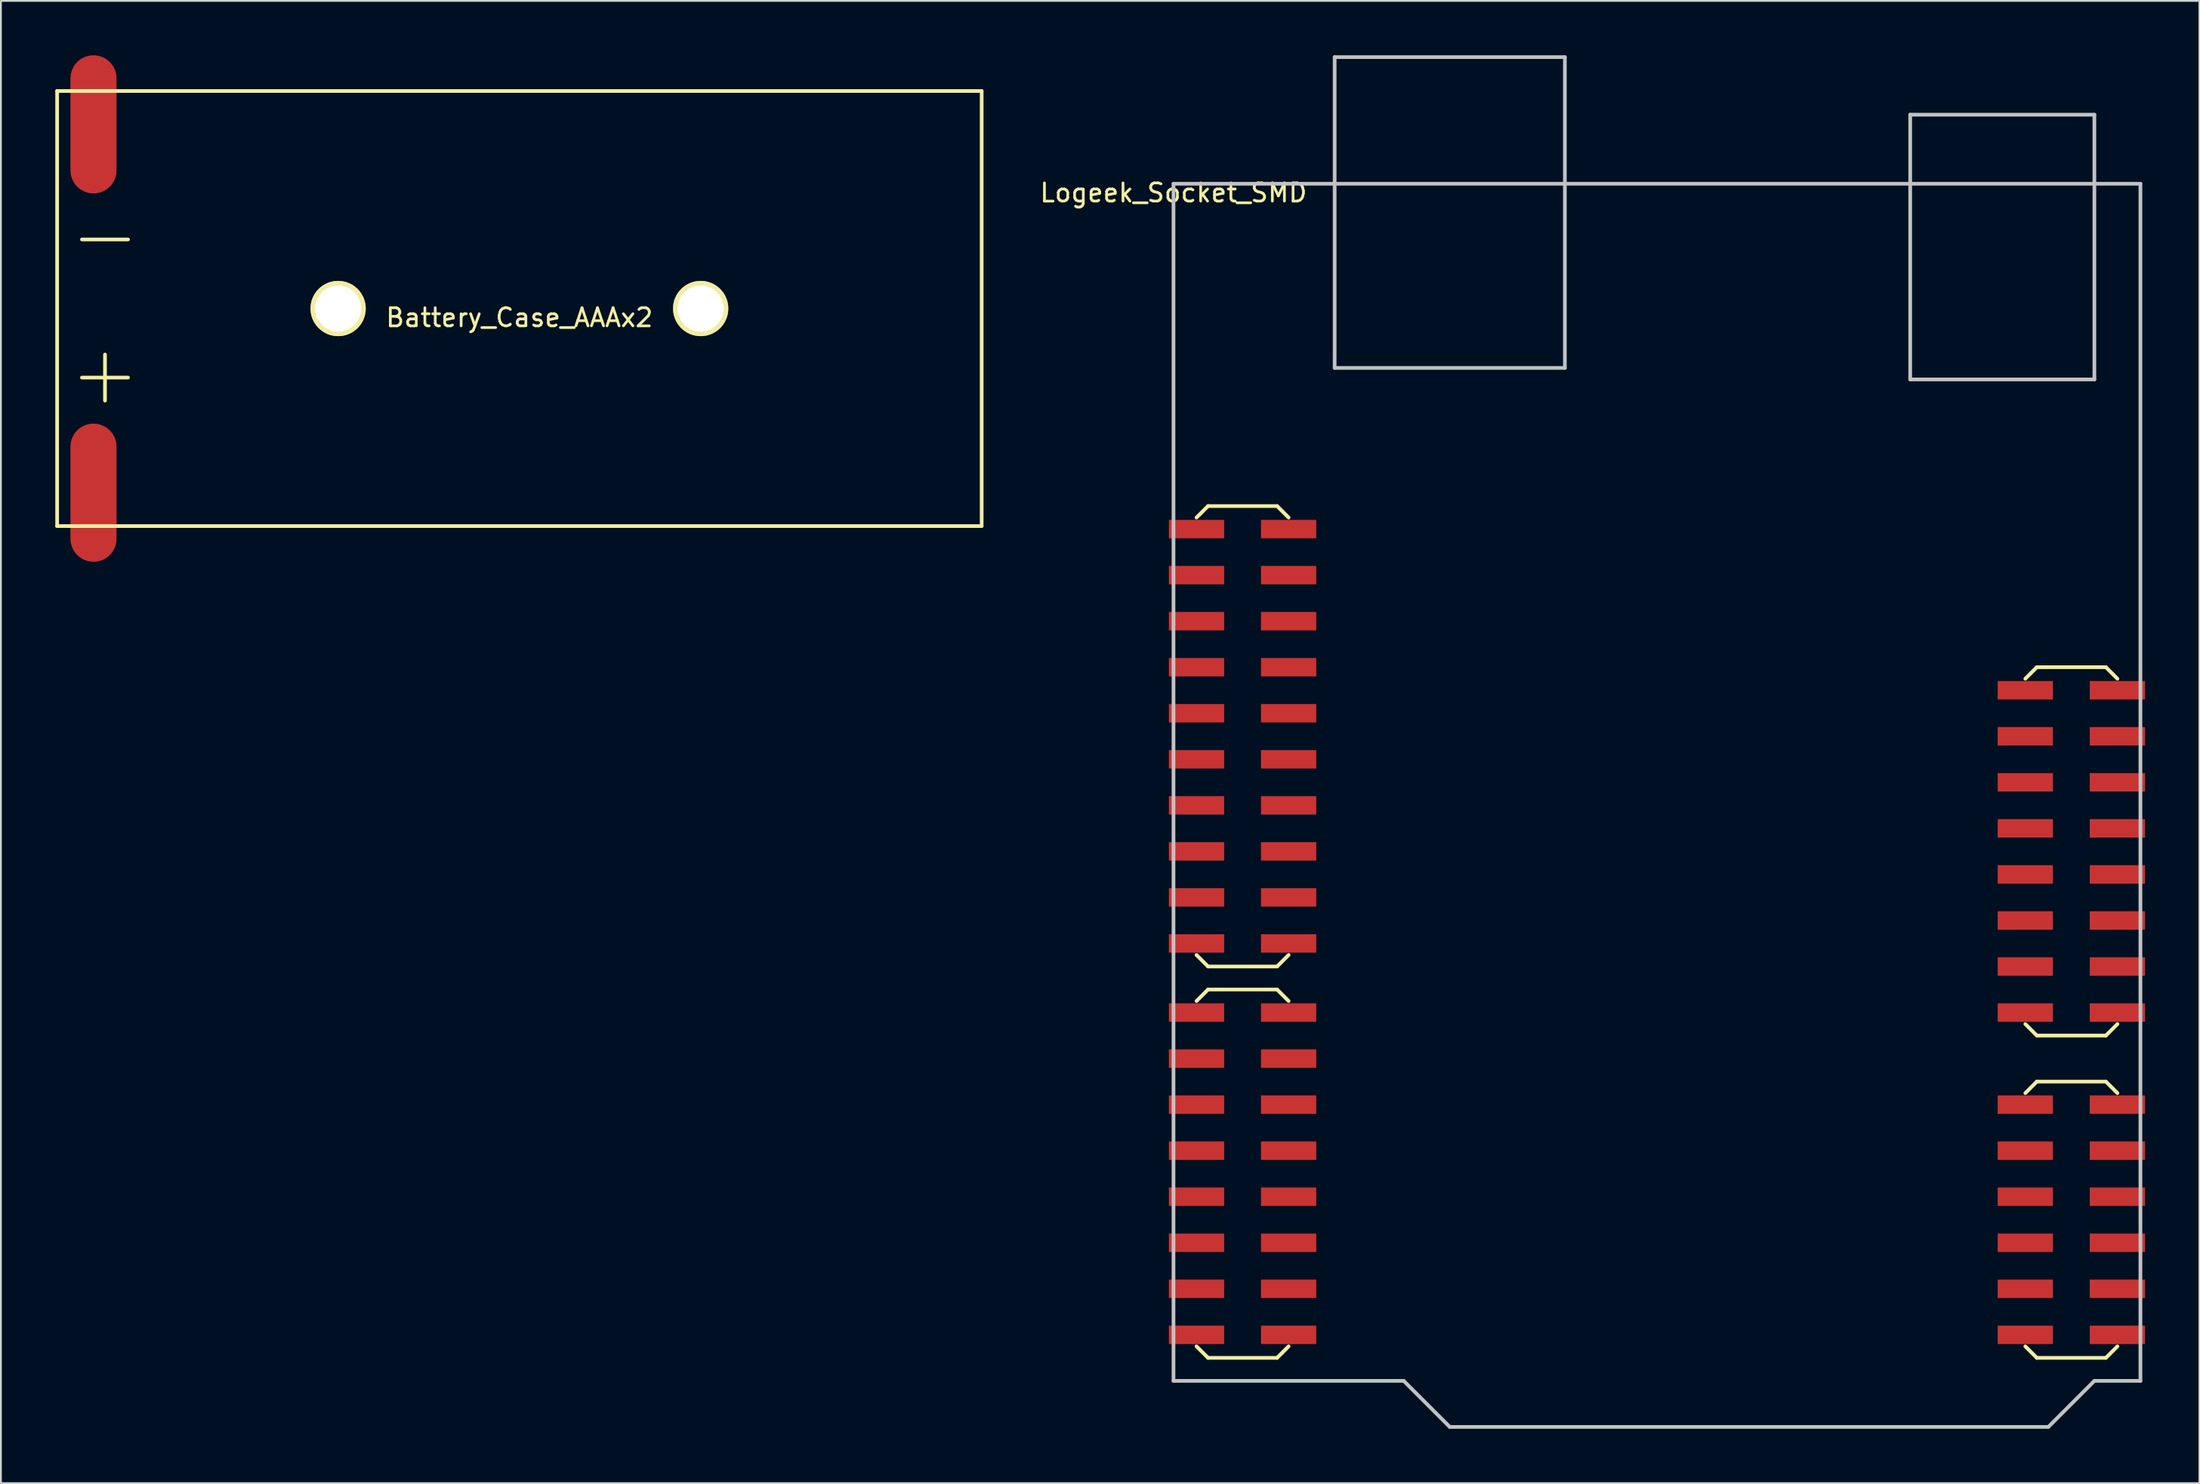
<source format=kicad_pcb>
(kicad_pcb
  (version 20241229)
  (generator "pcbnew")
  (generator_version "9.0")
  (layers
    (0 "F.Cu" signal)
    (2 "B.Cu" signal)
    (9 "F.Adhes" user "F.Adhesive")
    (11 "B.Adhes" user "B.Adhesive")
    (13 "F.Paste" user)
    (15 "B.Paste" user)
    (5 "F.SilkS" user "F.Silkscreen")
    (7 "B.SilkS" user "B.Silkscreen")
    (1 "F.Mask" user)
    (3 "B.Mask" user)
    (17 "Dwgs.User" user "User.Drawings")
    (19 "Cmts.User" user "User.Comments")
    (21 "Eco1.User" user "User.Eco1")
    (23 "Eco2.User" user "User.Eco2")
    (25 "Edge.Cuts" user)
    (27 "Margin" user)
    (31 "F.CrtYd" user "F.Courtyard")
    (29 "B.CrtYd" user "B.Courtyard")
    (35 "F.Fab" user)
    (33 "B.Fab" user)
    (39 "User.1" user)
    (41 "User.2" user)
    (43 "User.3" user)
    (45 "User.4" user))
  (footprint "Logeek_Socket_SMD"
    (layer "F.Cu")
    (at 61.685 7.087)
    (property "Reference" "Logeek_Socket_SMD" (at 0 0.5 0) (layer "F.SilkS") (effects (font (size 1 1) (thickness 0.15))))
    (attr through_hole)
    (fp_line (start 1.27 18.415) (end 1.905 17.78) (stroke (width 0.203) (type solid)) (layer "F.SilkS"))
    (fp_line (start 1.27 42.545) (end 1.905 43.18) (stroke (width 0.203) (type solid)) (layer "F.SilkS"))
    (fp_line (start 1.27 45.085) (end 1.905 44.45) (stroke (width 0.203) (type solid)) (layer "F.SilkS"))
    (fp_line (start 1.27 64.135) (end 1.905 64.77) (stroke (width 0.203) (type solid)) (layer "F.SilkS"))
    (fp_line (start 1.905 17.78) (end 5.715 17.78) (stroke (width 0.203) (type solid)) (layer "F.SilkS"))
    (fp_line (start 1.905 43.18) (end 5.715 43.18) (stroke (width 0.203) (type solid)) (layer "F.SilkS"))
    (fp_line (start 1.905 44.45) (end 5.715 44.45) (stroke (width 0.203) (type solid)) (layer "F.SilkS"))
    (fp_line (start 1.905 64.77) (end 5.715 64.77) (stroke (width 0.203) (type solid)) (layer "F.SilkS"))
    (fp_line (start 5.715 17.78) (end 6.35 18.415) (stroke (width 0.203) (type solid)) (layer "F.SilkS"))
    (fp_line (start 5.715 43.18) (end 6.35 42.545) (stroke (width 0.203) (type solid)) (layer "F.SilkS"))
    (fp_line (start 5.715 44.45) (end 6.35 45.085) (stroke (width 0.203) (type solid)) (layer "F.SilkS"))
    (fp_line (start 5.715 64.77) (end 6.35 64.135) (stroke (width 0.203) (type solid)) (layer "F.SilkS"))
    (fp_line (start 46.99 27.305) (end 47.625 26.67) (stroke (width 0.203) (type solid)) (layer "F.SilkS"))
    (fp_line (start 46.99 50.165) (end 47.625 49.53) (stroke (width 0.203) (type solid)) (layer "F.SilkS"))
    (fp_line (start 46.99 64.135) (end 47.625 64.77) (stroke (width 0.203) (type solid)) (layer "F.SilkS"))
    (fp_line (start 47.625 26.67) (end 51.435 26.67) (stroke (width 0.203) (type solid)) (layer "F.SilkS"))
    (fp_line (start 47.625 46.99) (end 46.99 46.355) (stroke (width 0.203) (type solid)) (layer "F.SilkS"))
    (fp_line (start 47.625 49.53) (end 51.435 49.53) (stroke (width 0.203) (type solid)) (layer "F.SilkS"))
    (fp_line (start 47.625 64.77) (end 51.435 64.77) (stroke (width 0.203) (type solid)) (layer "F.SilkS"))
    (fp_line (start 51.435 26.67) (end 52.07 27.305) (stroke (width 0.203) (type solid)) (layer "F.SilkS"))
    (fp_line (start 51.435 46.99) (end 47.625 46.99) (stroke (width 0.203) (type solid)) (layer "F.SilkS"))
    (fp_line (start 51.435 49.53) (end 52.07 50.165) (stroke (width 0.203) (type solid)) (layer "F.SilkS"))
    (fp_line (start 51.435 64.77) (end 52.07 64.135) (stroke (width 0.203) (type solid)) (layer "F.SilkS"))
    (fp_line (start 52.07 46.355) (end 51.435 46.99) (stroke (width 0.203) (type solid)) (layer "F.SilkS"))
    (fp_line (start 0 0) (end 0 66.04) (stroke (width 0.203) (type solid)) (layer "Dwgs.User"))
    (fp_line (start 0 0) (end 53.34 0) (stroke (width 0.203) (type solid)) (layer "Dwgs.User"))
    (fp_line (start 0 66.04) (end 12.7 66.04) (stroke (width 0.203) (type solid)) (layer "Dwgs.User"))
    (fp_line (start 8.89 -6.985) (end 21.59 -6.985) (stroke (width 0.203) (type solid)) (layer "Dwgs.User"))
    (fp_line (start 8.89 10.16) (end 8.89 -6.985) (stroke (width 0.203) (type solid)) (layer "Dwgs.User"))
    (fp_line (start 12.7 66.04) (end 15.24 68.58) (stroke (width 0.203) (type solid)) (layer "Dwgs.User"))
    (fp_line (start 15.24 68.58) (end 48.26 68.58) (stroke (width 0.203) (type solid)) (layer "Dwgs.User"))
    (fp_line (start 21.59 -6.985) (end 21.59 10.16) (stroke (width 0.203) (type solid)) (layer "Dwgs.User"))
    (fp_line (start 21.59 10.16) (end 8.89 10.16) (stroke (width 0.203) (type solid)) (layer "Dwgs.User"))
    (fp_line (start 40.64 -3.81) (end 40.64 10.795) (stroke (width 0.203) (type solid)) (layer "Dwgs.User"))
    (fp_line (start 40.64 10.795) (end 50.8 10.795) (stroke (width 0.203) (type solid)) (layer "Dwgs.User"))
    (fp_line (start 50.8 -3.81) (end 40.64 -3.81) (stroke (width 0.203) (type solid)) (layer "Dwgs.User"))
    (fp_line (start 50.8 10.795) (end 50.8 -3.81) (stroke (width 0.203) (type solid)) (layer "Dwgs.User"))
    (fp_line (start 50.8 66.04) (end 48.26 68.58) (stroke (width 0.203) (type solid)) (layer "Dwgs.User"))
    (fp_line (start 53.34 66.04) (end 50.8 66.04) (stroke (width 0.203) (type solid)) (layer "Dwgs.User"))
    (fp_line (start 53.34 66.04) (end 53.34 0) (stroke (width 0.203) (type solid)) (layer "Dwgs.User"))
    (pad "A1" smd rect (at 52.07 63.5) (size 3.048 1.016) (layers "F.Cu" "F.Mask" "F.Paste"))
    (pad "A2" smd rect (at 52.07 60.96) (size 3.048 1.016) (layers "F.Cu" "F.Mask" "F.Paste"))
    (pad "A3" smd rect (at 52.07 58.42) (size 3.048 1.016) (layers "F.Cu" "F.Mask" "F.Paste"))
    (pad "A4" smd rect (at 52.07 55.88) (size 3.048 1.016) (layers "F.Cu" "F.Mask" "F.Paste"))
    (pad "A5" smd rect (at 52.07 53.34) (size 3.048 1.016) (layers "F.Cu" "F.Mask" "F.Paste"))
    (pad "A6" smd rect (at 52.07 50.8) (size 3.048 1.016) (layers "F.Cu" "F.Mask" "F.Paste"))
    (pad "A7" smd rect (at 52.07 45.72) (size 3.048 1.016) (layers "F.Cu" "F.Mask" "F.Paste"))
    (pad "A8" smd rect (at 52.07 43.18) (size 3.048 1.016) (layers "F.Cu" "F.Mask" "F.Paste"))
    (pad "A9" smd rect (at 52.07 40.64) (size 3.048 1.016) (layers "F.Cu" "F.Mask" "F.Paste"))
    (pad "A10" smd rect (at 52.07 38.1) (size 3.048 1.016) (layers "F.Cu" "F.Mask" "F.Paste"))
    (pad "A11" smd rect (at 52.07 35.56) (size 3.048 1.016) (layers "F.Cu" "F.Mask" "F.Paste"))
    (pad "A12" smd rect (at 52.07 33.02) (size 3.048 1.016) (layers "F.Cu" "F.Mask" "F.Paste"))
    (pad "A13" smd rect (at 52.07 30.48) (size 3.048 1.016) (layers "F.Cu" "F.Mask" "F.Paste"))
    (pad "A14" smd rect (at 52.07 27.94) (size 3.048 1.016) (layers "F.Cu" "F.Mask" "F.Paste"))
    (pad "B1" smd rect (at 46.99 63.5) (size 3.048 1.016) (layers "F.Cu" "F.Mask" "F.Paste"))
    (pad "B2" smd rect (at 46.99 60.96) (size 3.048 1.016) (layers "F.Cu" "F.Mask" "F.Paste"))
    (pad "B3" smd rect (at 46.99 58.42) (size 3.048 1.016) (layers "F.Cu" "F.Mask" "F.Paste"))
    (pad "B4" smd rect (at 46.99 55.88) (size 3.048 1.016) (layers "F.Cu" "F.Mask" "F.Paste"))
    (pad "B5" smd rect (at 46.99 53.34) (size 3.048 1.016) (layers "F.Cu" "F.Mask" "F.Paste"))
    (pad "B6" smd rect (at 46.99 50.8) (size 3.048 1.016) (layers "F.Cu" "F.Mask" "F.Paste"))
    (pad "B7" smd rect (at 46.99 45.72) (size 3.048 1.016) (layers "F.Cu" "F.Mask" "F.Paste"))
    (pad "B8" smd rect (at 46.99 43.18) (size 3.048 1.016) (layers "F.Cu" "F.Mask" "F.Paste"))
    (pad "B9" smd rect (at 46.99 40.64) (size 3.048 1.016) (layers "F.Cu" "F.Mask" "F.Paste"))
    (pad "B10" smd rect (at 46.99 38.1) (size 3.048 1.016) (layers "F.Cu" "F.Mask" "F.Paste"))
    (pad "B11" smd rect (at 46.99 35.56) (size 3.048 1.016) (layers "F.Cu" "F.Mask" "F.Paste"))
    (pad "B12" smd rect (at 46.99 33.02) (size 3.048 1.016) (layers "F.Cu" "F.Mask" "F.Paste"))
    (pad "B13" smd rect (at 46.99 30.48) (size 3.048 1.016) (layers "F.Cu" "F.Mask" "F.Paste"))
    (pad "B14" smd rect (at 46.99 27.94) (size 3.048 1.016) (layers "F.Cu" "F.Mask" "F.Paste"))
    (pad "C1" smd rect (at 6.35 63.5) (size 3.048 1.016) (layers "F.Cu" "F.Mask" "F.Paste"))
    (pad "C2" smd rect (at 6.35 60.96) (size 3.048 1.016) (layers "F.Cu" "F.Mask" "F.Paste"))
    (pad "C3" smd rect (at 6.35 58.42) (size 3.048 1.016) (layers "F.Cu" "F.Mask" "F.Paste"))
    (pad "C4" smd rect (at 6.35 55.88) (size 3.048 1.016) (layers "F.Cu" "F.Mask" "F.Paste"))
    (pad "C5" smd rect (at 6.35 53.34) (size 3.048 1.016) (layers "F.Cu" "F.Mask" "F.Paste"))
    (pad "C6" smd rect (at 6.35 50.8) (size 3.048 1.016) (layers "F.Cu" "F.Mask" "F.Paste"))
    (pad "C7" smd rect (at 6.35 48.26) (size 3.048 1.016) (layers "F.Cu" "F.Mask" "F.Paste"))
    (pad "C8" smd rect (at 6.35 45.72) (size 3.048 1.016) (layers "F.Cu" "F.Mask" "F.Paste"))
    (pad "C9" smd rect (at 6.35 41.91) (size 3.048 1.016) (layers "F.Cu" "F.Mask" "F.Paste"))
    (pad "C10" smd rect (at 6.35 39.37) (size 3.048 1.016) (layers "F.Cu" "F.Mask" "F.Paste"))
    (pad "C11" smd rect (at 6.35 36.83) (size 3.048 1.016) (layers "F.Cu" "F.Mask" "F.Paste"))
    (pad "C12" smd rect (at 6.35 34.29) (size 3.048 1.016) (layers "F.Cu" "F.Mask" "F.Paste"))
    (pad "C13" smd rect (at 6.35 31.75) (size 3.048 1.016) (layers "F.Cu" "F.Mask" "F.Paste"))
    (pad "C14" smd rect (at 6.35 29.21) (size 3.048 1.016) (layers "F.Cu" "F.Mask" "F.Paste"))
    (pad "C15" smd rect (at 6.35 26.67) (size 3.048 1.016) (layers "F.Cu" "F.Mask" "F.Paste"))
    (pad "C16" smd rect (at 6.35 24.13) (size 3.048 1.016) (layers "F.Cu" "F.Mask" "F.Paste"))
    (pad "C17" smd rect (at 6.35 21.59) (size 3.048 1.016) (layers "F.Cu" "F.Mask" "F.Paste"))
    (pad "C18" smd rect (at 6.35 19.05) (size 3.048 1.016) (layers "F.Cu" "F.Mask" "F.Paste"))
    (pad "D1" smd rect (at 1.27 63.5) (size 3.048 1.016) (layers "F.Cu" "F.Mask" "F.Paste"))
    (pad "D2" smd rect (at 1.27 60.96) (size 3.048 1.016) (layers "F.Cu" "F.Mask" "F.Paste"))
    (pad "D3" smd rect (at 1.27 58.42) (size 3.048 1.016) (layers "F.Cu" "F.Mask" "F.Paste"))
    (pad "D4" smd rect (at 1.27 55.88) (size 3.048 1.016) (layers "F.Cu" "F.Mask" "F.Paste"))
    (pad "D5" smd rect (at 1.27 53.34) (size 3.048 1.016) (layers "F.Cu" "F.Mask" "F.Paste"))
    (pad "D6" smd rect (at 1.27 50.8) (size 3.048 1.016) (layers "F.Cu" "F.Mask" "F.Paste"))
    (pad "D7" smd rect (at 1.27 48.26) (size 3.048 1.016) (layers "F.Cu" "F.Mask" "F.Paste"))
    (pad "D8" smd rect (at 1.27 45.72) (size 3.048 1.016) (layers "F.Cu" "F.Mask" "F.Paste"))
    (pad "D9" smd rect (at 1.27 41.91) (size 3.048 1.016) (layers "F.Cu" "F.Mask" "F.Paste"))
    (pad "D10" smd rect (at 1.27 39.37) (size 3.048 1.016) (layers "F.Cu" "F.Mask" "F.Paste"))
    (pad "D11" smd rect (at 1.27 36.83) (size 3.048 1.016) (layers "F.Cu" "F.Mask" "F.Paste"))
    (pad "D12" smd rect (at 1.27 34.29) (size 3.048 1.016) (layers "F.Cu" "F.Mask" "F.Paste"))
    (pad "D13" smd rect (at 1.27 31.75) (size 3.048 1.016) (layers "F.Cu" "F.Mask" "F.Paste"))
    (pad "D14" smd rect (at 1.27 29.21) (size 3.048 1.016) (layers "F.Cu" "F.Mask" "F.Paste"))
    (pad "D15" smd rect (at 1.27 26.67) (size 3.048 1.016) (layers "F.Cu" "F.Mask" "F.Paste"))
    (pad "D16" smd rect (at 1.27 24.13) (size 3.048 1.016) (layers "F.Cu" "F.Mask" "F.Paste"))
    (pad "D17" smd rect (at 1.27 21.59) (size 3.048 1.016) (layers "F.Cu" "F.Mask" "F.Paste"))
    (pad "D18" smd rect (at 1.27 19.05) (size 3.048 1.016) (layers "F.Cu" "F.Mask" "F.Paste")))
  (footprint "Battery_Case_AAAx2"
    (layer "F.Cu")
    (at 25.602 13.97)
    (property "Reference" "Battery_Case_AAAx2" (at 0 0.5 0) (layer "F.SilkS") (effects (font (size 1 1) (thickness 0.15))))
    (attr through_hole)
    (fp_line (start -25.5 -12) (end 25.5 -12) (stroke (width 0.203) (type solid)) (layer "F.SilkS"))
    (fp_line (start -25.5 12) (end -25.5 -12) (stroke (width 0.203) (type solid)) (layer "F.SilkS"))
    (fp_line (start -24.13 -3.81) (end -21.59 -3.81) (stroke (width 0.203) (type solid)) (layer "F.SilkS"))
    (fp_line (start -24.13 3.81) (end -21.59 3.81) (stroke (width 0.203) (type solid)) (layer "F.SilkS"))
    (fp_line (start -22.86 2.54) (end -22.86 5.08) (stroke (width 0.203) (type solid)) (layer "F.SilkS"))
    (fp_line (start 25.5 -12) (end 25.5 12) (stroke (width 0.203) (type solid)) (layer "F.SilkS"))
    (fp_line (start 25.5 12) (end -25.5 12) (stroke (width 0.203) (type solid)) (layer "F.SilkS"))
    (pad "" np_thru_hole circle (at -10 0) (size 3.048 3.048) (drill 2.54) (layers "*.Cu" "*.Mask" "F.SilkS"))
    (pad "" np_thru_hole circle (at 10 0) (size 3.048 3.048) (drill 2.54) (layers "*.Cu" "*.Mask" "F.SilkS"))
    (pad "1" smd oval (at -23.495 10.16) (size 2.54 7.62) (layers "F.Cu" "F.Mask" "F.Paste"))
    (pad "2" smd oval (at -23.495 -10.16) (size 2.54 7.62) (layers "F.Cu" "F.Mask" "F.Paste")))
  (gr_rect
    (start -3 -3)
    (end 118.279 78.768)
    (stroke (width 0.1) (type default))
    (fill no)
    (layer "Edge.Cuts")))
</source>
